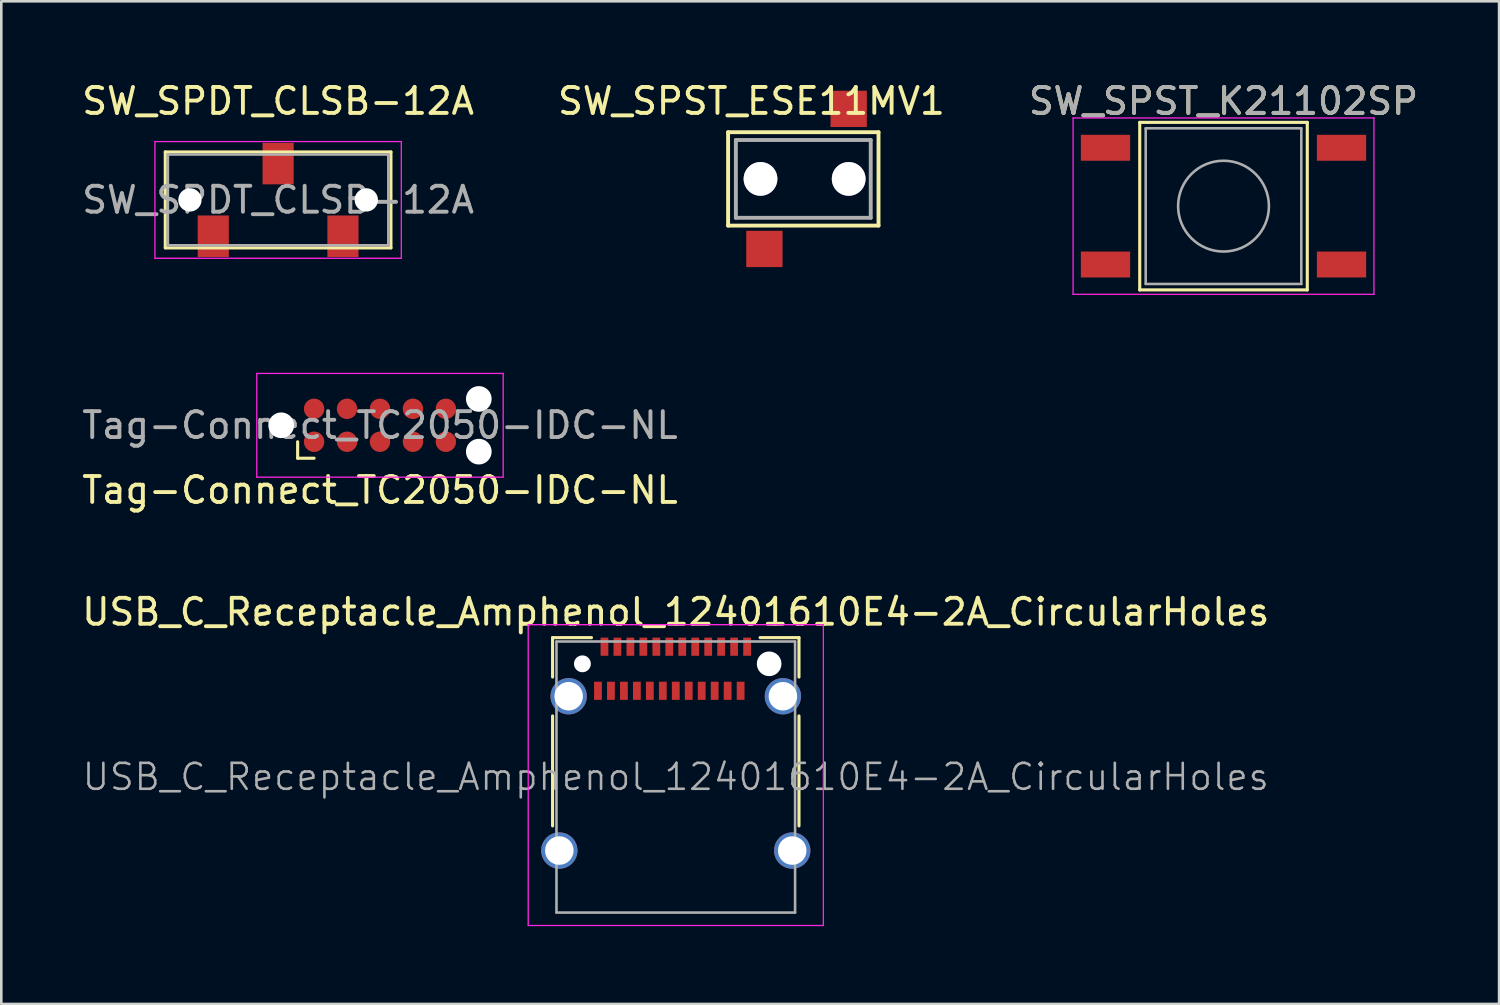
<source format=kicad_pcb>
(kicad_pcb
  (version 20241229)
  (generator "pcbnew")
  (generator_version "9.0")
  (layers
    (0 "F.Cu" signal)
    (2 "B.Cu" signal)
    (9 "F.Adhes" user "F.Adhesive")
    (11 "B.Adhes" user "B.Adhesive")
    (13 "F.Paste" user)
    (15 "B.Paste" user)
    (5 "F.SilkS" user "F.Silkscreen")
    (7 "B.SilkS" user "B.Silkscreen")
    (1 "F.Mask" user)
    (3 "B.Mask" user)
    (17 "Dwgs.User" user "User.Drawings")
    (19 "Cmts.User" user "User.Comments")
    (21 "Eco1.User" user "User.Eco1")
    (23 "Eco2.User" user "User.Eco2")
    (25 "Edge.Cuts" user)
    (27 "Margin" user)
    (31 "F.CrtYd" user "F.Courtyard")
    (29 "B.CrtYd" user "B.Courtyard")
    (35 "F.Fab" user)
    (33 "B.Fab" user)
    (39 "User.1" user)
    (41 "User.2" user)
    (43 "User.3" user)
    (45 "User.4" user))
  (footprint "USB_C_Receptacle_Amphenol_12401610E4-2A_CircularHoles"
    (layer "F.Cu")
    (at 23.006 26.905)
    (property "Reference" "USB_C_Receptacle_Amphenol_12401610E4-2A_CircularHoles" (at 0 -6.36 0) (layer "F.SilkS") (effects (font (size 1 1) (thickness 0.15))))
    (attr smd)
    (fp_line (start -4.75 -5.37) (end -4.75 -3.85) (stroke (width 0.12) (type solid)) (layer "F.SilkS"))
    (fp_line (start -4.75 -5.37) (end -3.25 -5.37) (stroke (width 0.12) (type solid)) (layer "F.SilkS"))
    (fp_line (start -4.75 -2.35) (end -4.75 1.89) (stroke (width 0.12) (type solid)) (layer "F.SilkS"))
    (fp_line (start 3.25 -5.37) (end 4.75 -5.37) (stroke (width 0.12) (type solid)) (layer "F.SilkS"))
    (fp_line (start 4.75 -5.37) (end 4.75 -3.85) (stroke (width 0.12) (type solid)) (layer "F.SilkS"))
    (fp_line (start 4.75 -2.35) (end 4.75 1.89) (stroke (width 0.12) (type solid)) (layer "F.SilkS"))
    (fp_line (start -5.69 -5.87) (end 5.69 -5.87) (stroke (width 0.05) (type solid)) (layer "F.CrtYd"))
    (fp_line (start -5.69 5.73) (end -5.69 -5.87) (stroke (width 0.05) (type solid)) (layer "F.CrtYd"))
    (fp_line (start 5.69 -5.87) (end 5.69 5.73) (stroke (width 0.05) (type solid)) (layer "F.CrtYd"))
    (fp_line (start 5.69 5.73) (end -5.69 5.73) (stroke (width 0.05) (type solid)) (layer "F.CrtYd"))
    (fp_line (start -4.6 -5.22) (end 4.6 -5.22) (stroke (width 0.1) (type solid)) (layer "F.Fab"))
    (fp_line (start -4.6 5.23) (end -4.6 -5.22) (stroke (width 0.1) (type solid)) (layer "F.Fab"))
    (fp_line (start -4.6 5.23) (end 4.6 5.23) (stroke (width 0.1) (type solid)) (layer "F.Fab"))
    (fp_line (start 4.6 5.23) (end 4.6 -5.22) (stroke (width 0.1) (type solid)) (layer "F.Fab"))
    (fp_text user "${REFERENCE}" (at 0 0 0) (layer "F.Fab") (effects (font (size 1 1) (thickness 0.1))))
    (pad "" np_thru_hole circle (at -3.6 -4.36) (size 0.65 0.65) (drill 0.65) (layers "*.Cu" "*.Mask"))
    (pad "" np_thru_hole circle (at 3.6 -4.36) (size 0.95 0.95) (drill 0.95) (layers "*.Cu" "*.Mask"))
    (pad "A1" smd rect (at -2.75 -5.02) (size 0.3 0.7) (layers "F.Cu" "F.Mask" "F.Paste"))
    (pad "A2" smd rect (at -2.25 -5.02) (size 0.3 0.7) (layers "F.Cu" "F.Mask" "F.Paste"))
    (pad "A3" smd rect (at -1.75 -5.02) (size 0.3 0.7) (layers "F.Cu" "F.Mask" "F.Paste"))
    (pad "A4" smd rect (at -1.25 -5.02) (size 0.3 0.7) (layers "F.Cu" "F.Mask" "F.Paste"))
    (pad "A5" smd rect (at -0.75 -5.02) (size 0.3 0.7) (layers "F.Cu" "F.Mask" "F.Paste"))
    (pad "A6" smd rect (at -0.25 -5.02) (size 0.3 0.7) (layers "F.Cu" "F.Mask" "F.Paste"))
    (pad "A7" smd rect (at 0.25 -5.02) (size 0.3 0.7) (layers "F.Cu" "F.Mask" "F.Paste"))
    (pad "A8" smd rect (at 0.75 -5.02) (size 0.3 0.7) (layers "F.Cu" "F.Mask" "F.Paste"))
    (pad "A9" smd rect (at 1.25 -5.02) (size 0.3 0.7) (layers "F.Cu" "F.Mask" "F.Paste"))
    (pad "A10" smd rect (at 1.75 -5.02) (size 0.3 0.7) (layers "F.Cu" "F.Mask" "F.Paste"))
    (pad "A11" smd rect (at 2.25 -5.02) (size 0.3 0.7) (layers "F.Cu" "F.Mask" "F.Paste"))
    (pad "A12" smd rect (at 2.75 -5.02) (size 0.3 0.7) (layers "F.Cu" "F.Mask" "F.Paste"))
    (pad "B1" smd rect (at 2.5 -3.32) (size 0.3 0.7) (layers "F.Cu" "F.Mask" "F.Paste"))
    (pad "B2" smd rect (at 2 -3.32) (size 0.3 0.7) (layers "F.Cu" "F.Mask" "F.Paste"))
    (pad "B3" smd rect (at 1.5 -3.32) (size 0.3 0.7) (layers "F.Cu" "F.Mask" "F.Paste"))
    (pad "B4" smd rect (at 1 -3.32) (size 0.3 0.7) (layers "F.Cu" "F.Mask" "F.Paste"))
    (pad "B5" smd rect (at 0.5 -3.32) (size 0.3 0.7) (layers "F.Cu" "F.Mask" "F.Paste"))
    (pad "B6" smd rect (at 0 -3.32) (size 0.3 0.7) (layers "F.Cu" "F.Mask" "F.Paste"))
    (pad "B7" smd rect (at -0.5 -3.32) (size 0.3 0.7) (layers "F.Cu" "F.Mask" "F.Paste"))
    (pad "B8" smd rect (at -1 -3.32) (size 0.3 0.7) (layers "F.Cu" "F.Mask" "F.Paste"))
    (pad "B9" smd rect (at -1.5 -3.32) (size 0.3 0.7) (layers "F.Cu" "F.Mask" "F.Paste"))
    (pad "B10" smd rect (at -2 -3.32) (size 0.3 0.7) (layers "F.Cu" "F.Mask" "F.Paste"))
    (pad "B11" smd rect (at -2.5 -3.32) (size 0.3 0.7) (layers "F.Cu" "F.Mask" "F.Paste"))
    (pad "B12" smd rect (at -3 -3.32) (size 0.3 0.7) (layers "F.Cu" "F.Mask" "F.Paste"))
    (pad "S1" thru_hole circle (at -4.49 2.84) (size 1.4 1.4) (drill 1.1) (layers "*.Cu" "*.Mask"))
    (pad "S1" thru_hole circle (at -4.13 -3.11) (size 1.4 1.4) (drill 1.1) (layers "*.Cu" "*.Mask"))
    (pad "S1" thru_hole circle (at 4.13 -3.11) (size 1.4 1.4) (drill 1.1) (layers "*.Cu" "*.Mask"))
    (pad "S1" thru_hole circle (at 4.49 2.84) (size 1.4 1.4) (drill 1.1) (layers "*.Cu" "*.Mask")))
  (footprint "SW_SPST_ESE11MV1"
    (layer "F.Cu")
    (at 27.923 3.848)
    (property "Reference" "SW_SPST_ESE11MV1" (at -2 -3 0) (layer "F.SilkS") (effects (font (size 1 1) (thickness 0.15))))
    (attr through_hole)
    (fp_line (start -2.9 -1.8) (end 2.9 -1.8) (stroke (width 0.15) (type solid)) (layer "F.SilkS"))
    (fp_line (start -2.9 1.8) (end -2.9 -1.8) (stroke (width 0.15) (type solid)) (layer "F.SilkS"))
    (fp_line (start 2.9 -1.8) (end 2.9 1.8) (stroke (width 0.15) (type solid)) (layer "F.SilkS"))
    (fp_line (start 2.9 1.8) (end -2.9 1.8) (stroke (width 0.15) (type solid)) (layer "F.SilkS"))
    (fp_line (start -2.6 -1.5) (end 2.6 -1.5) (stroke (width 0.15) (type solid)) (layer "F.Fab"))
    (fp_line (start -2.6 1.5) (end -2.6 -1.5) (stroke (width 0.15) (type solid)) (layer "F.Fab"))
    (fp_line (start 2.6 -1.5) (end 2.6 1.5) (stroke (width 0.15) (type solid)) (layer "F.Fab"))
    (fp_line (start 2.6 1.5) (end -2.6 1.5) (stroke (width 0.15) (type solid)) (layer "F.Fab"))
    (pad "1" smd rect (at 1.75 -2.7) (size 1.4 1.4) (layers "F.Cu" "F.Mask" "F.Paste"))
    (pad "2" smd rect (at -1.5 2.7) (size 1.4 1.4) (layers "F.Cu" "F.Mask" "F.Paste"))
    (pad "A" thru_hole circle (at -1.65 0) (size 1.3 1.3) (drill 1.3) (layers "*.Cu" "*.Mask"))
    (pad "B" thru_hole circle (at 1.75 0) (size 1.3 1.3) (drill 1.3) (layers "*.Cu" "*.Mask")))
  (footprint "Tag-Connect_TC2050-IDC-NL"
    (layer "F.Cu")
    (at 11.601 13.348)
    (property "Reference" "Tag-Connect_TC2050-IDC-NL" (at 0 2.5 0) (layer "F.SilkS") (effects (font (size 1 1) (thickness 0.15))))
    (attr exclude_from_pos_files exclude_from_bom)
    (fp_line (start -3.175 1.27) (end -3.175 0.635) (stroke (width 0.12) (type solid)) (layer "F.SilkS"))
    (fp_line (start -2.54 1.27) (end -3.175 1.27) (stroke (width 0.12) (type solid)) (layer "F.SilkS"))
    (fp_line (start -4.75 -2) (end 4.75 -2) (stroke (width 0.05) (type solid)) (layer "F.CrtYd"))
    (fp_line (start -4.75 2) (end -4.75 -2) (stroke (width 0.05) (type solid)) (layer "F.CrtYd"))
    (fp_line (start 4.75 -2) (end 4.75 2) (stroke (width 0.05) (type solid)) (layer "F.CrtYd"))
    (fp_line (start 4.75 2) (end -4.75 2) (stroke (width 0.05) (type solid)) (layer "F.CrtYd"))
    (fp_text user "${REFERENCE}" (at 0 0 0) (layer "F.Fab") (effects (font (size 1 1) (thickness 0.15))))
    (pad "" np_thru_hole circle (at -3.81 0) (size 0.991 0.991) (drill 0.991) (layers "*.Cu" "*.Mask"))
    (pad "" np_thru_hole circle (at 3.81 -1.016) (size 0.991 0.991) (drill 0.991) (layers "*.Cu" "*.Mask"))
    (pad "" np_thru_hole circle (at 3.81 1.016) (size 0.991 0.991) (drill 0.991) (layers "*.Cu" "*.Mask"))
    (pad "1" smd circle (at -2.54 0.635) (size 0.787 0.787) (layers "F.Cu" "F.Mask"))
    (pad "2" smd circle (at -1.27 0.635) (size 0.787 0.787) (layers "F.Cu" "F.Mask"))
    (pad "3" smd circle (at 0 0.635) (size 0.787 0.787) (layers "F.Cu" "F.Mask"))
    (pad "4" smd circle (at 1.27 0.635) (size 0.787 0.787) (layers "F.Cu" "F.Mask"))
    (pad "5" smd circle (at 2.54 0.635) (size 0.787 0.787) (layers "F.Cu" "F.Mask"))
    (pad "6" smd circle (at 2.54 -0.635) (size 0.787 0.787) (layers "F.Cu" "F.Mask"))
    (pad "7" smd circle (at 1.27 -0.635) (size 0.787 0.787) (layers "F.Cu" "F.Mask"))
    (pad "8" smd circle (at 0 -0.635) (size 0.787 0.787) (layers "F.Cu" "F.Mask"))
    (pad "9" smd circle (at -1.27 -0.635) (size 0.787 0.787) (layers "F.Cu" "F.Mask"))
    (pad "10" smd circle (at -2.54 -0.635) (size 0.787 0.787) (layers "F.Cu" "F.Mask")))
  (footprint "SW_SPST_K21102SP"
    (layer "F.Cu")
    (at 44.125 4.898)
    (property "Reference" "SW_SPST_K21102SP" (at 0 -4.05 0) (layer "F.SilkS") (effects (font (size 1 1) (thickness 0.15))))
    (attr smd)
    (fp_line (start -3.23 -3.23) (end -3.23 3.23) (stroke (width 0.12) (type solid)) (layer "F.SilkS"))
    (fp_line (start -3.23 3.23) (end 3.23 3.23) (stroke (width 0.12) (type solid)) (layer "F.SilkS"))
    (fp_line (start 3.23 -3.23) (end -3.23 -3.23) (stroke (width 0.12) (type solid)) (layer "F.SilkS"))
    (fp_line (start 3.23 3.23) (end 3.23 -3.23) (stroke (width 0.12) (type solid)) (layer "F.SilkS"))
    (fp_line (start -5.8 -3.4) (end -5.8 3.4) (stroke (width 0.05) (type solid)) (layer "F.CrtYd"))
    (fp_line (start -5.8 -3.4) (end 5.8 -3.4) (stroke (width 0.05) (type solid)) (layer "F.CrtYd"))
    (fp_line (start -5.8 3.4) (end 5.8 3.4) (stroke (width 0.05) (type solid)) (layer "F.CrtYd"))
    (fp_line (start 5.8 3.4) (end 5.8 -3.4) (stroke (width 0.05) (type solid)) (layer "F.CrtYd"))
    (fp_line (start -3 -3) (end -3 3) (stroke (width 0.1) (type solid)) (layer "F.Fab"))
    (fp_line (start -3 3) (end 3 3) (stroke (width 0.1) (type solid)) (layer "F.Fab"))
    (fp_line (start 3 -3) (end -3 -3) (stroke (width 0.1) (type solid)) (layer "F.Fab"))
    (fp_line (start 3 3) (end 3 -3) (stroke (width 0.1) (type solid)) (layer "F.Fab"))
    (fp_circle (center 0 0) (end 1.75 -0.05) (stroke (width 0.1) (type solid)) (fill no) (layer "F.Fab"))
    (fp_text user "${REFERENCE}" (at 0 -4.05 0) (layer "F.Fab") (effects (font (size 1 1) (thickness 0.15))))
    (pad "1" smd rect (at -4.55 -2.25) (size 1.9 1) (layers "F.Cu" "F.Mask" "F.Paste"))
    (pad "1" smd rect (at 4.55 -2.25) (size 1.9 1) (layers "F.Cu" "F.Mask" "F.Paste"))
    (pad "2" smd rect (at -4.55 2.25) (size 1.9 1) (layers "F.Cu" "F.Mask" "F.Paste"))
    (pad "2" smd rect (at 4.55 2.25) (size 1.9 1) (layers "F.Cu" "F.Mask" "F.Paste")))
  (footprint "SW_SPDT_CLSB-12A"
    (layer "F.Cu")
    (at 7.673 4.658)
    (property "Reference" "SW_SPDT_CLSB-12A" (at 0 -3.81 0) (layer "F.SilkS") (effects (font (size 1 1) (thickness 0.15))))
    (attr smd)
    (fp_line (start -4.35 -1.85) (end 4.35 -1.85) (stroke (width 0.12) (type solid)) (layer "F.SilkS"))
    (fp_line (start -4.35 1.85) (end -4.35 -1.85) (stroke (width 0.12) (type solid)) (layer "F.SilkS"))
    (fp_line (start -4.35 1.85) (end 4.35 1.85) (stroke (width 0.12) (type solid)) (layer "F.SilkS"))
    (fp_line (start 4.35 -1.85) (end 4.35 1.85) (stroke (width 0.12) (type solid)) (layer "F.SilkS"))
    (fp_line (start -4.75 -2.25) (end -4.75 2.25) (stroke (width 0.05) (type solid)) (layer "F.CrtYd"))
    (fp_line (start -4.75 -2.25) (end 4.75 -2.25) (stroke (width 0.05) (type solid)) (layer "F.CrtYd"))
    (fp_line (start -4.75 2.25) (end 4.75 2.25) (stroke (width 0.05) (type solid)) (layer "F.CrtYd"))
    (fp_line (start 4.75 2.25) (end 4.75 -2.25) (stroke (width 0.05) (type solid)) (layer "F.CrtYd"))
    (fp_line (start -4.25 -1.75) (end -4.25 1.75) (stroke (width 0.1) (type solid)) (layer "F.Fab"))
    (fp_line (start -4.25 -1.75) (end 4.25 -1.75) (stroke (width 0.1) (type solid)) (layer "F.Fab"))
    (fp_line (start 4.25 -1.75) (end 4.25 1.75) (stroke (width 0.1) (type solid)) (layer "F.Fab"))
    (fp_line (start 4.25 1.75) (end -4.25 1.75) (stroke (width 0.1) (type solid)) (layer "F.Fab"))
    (fp_text user "${REFERENCE}" (at 0 0 0) (layer "F.Fab") (effects (font (size 1 1) (thickness 0.15))))
    (pad "" np_thru_hole circle (at -3.4 0) (size 0.9 0.9) (drill 0.9) (layers "*.Cu" "*.Mask"))
    (pad "" np_thru_hole circle (at 3.4 0) (size 0.9 0.9) (drill 0.9) (layers "*.Cu" "*.Mask"))
    (pad "1" smd rect (at -2.5 1.4) (size 1.2 1.6) (layers "F.Cu" "F.Mask" "F.Paste"))
    (pad "2" smd rect (at 0 -1.4) (size 1.2 1.6) (layers "F.Cu" "F.Mask" "F.Paste"))
    (pad "3" smd rect (at 2.5 1.4) (size 1.2 1.6) (layers "F.Cu" "F.Mask" "F.Paste")))
  (gr_rect
    (start -3 -3)
    (end 54.75 35.66)
    (stroke (width 0.1) (type default))
    (fill no)
    (layer "Edge.Cuts")))
</source>
